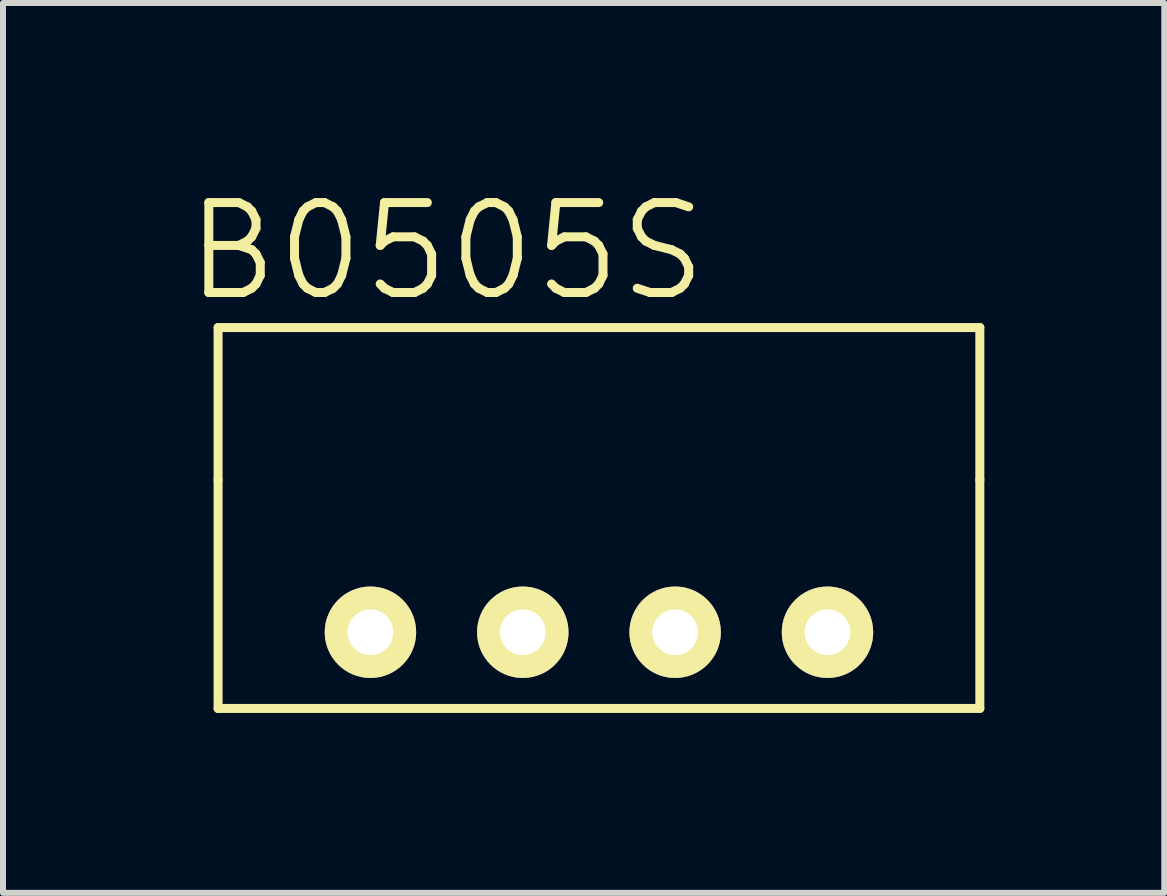
<source format=kicad_pcb>
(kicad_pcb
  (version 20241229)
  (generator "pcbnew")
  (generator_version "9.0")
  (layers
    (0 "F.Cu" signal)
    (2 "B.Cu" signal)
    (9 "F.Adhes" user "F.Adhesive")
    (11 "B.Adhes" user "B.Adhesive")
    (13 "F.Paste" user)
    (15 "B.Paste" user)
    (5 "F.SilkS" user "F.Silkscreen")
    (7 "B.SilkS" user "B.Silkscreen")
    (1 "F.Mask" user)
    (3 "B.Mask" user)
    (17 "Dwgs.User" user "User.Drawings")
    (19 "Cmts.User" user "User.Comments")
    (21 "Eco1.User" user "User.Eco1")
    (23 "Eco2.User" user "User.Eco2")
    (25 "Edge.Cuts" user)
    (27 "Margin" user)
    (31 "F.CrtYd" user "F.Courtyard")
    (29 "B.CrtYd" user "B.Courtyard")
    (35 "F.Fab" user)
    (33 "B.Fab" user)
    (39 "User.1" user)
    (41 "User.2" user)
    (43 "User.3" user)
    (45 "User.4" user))
  (footprint "B0505S"
    (layer "F.Cu")
    (at 6.936 4.951)
    (property "Reference" "B0505S" (at -2.54 -3.81 0) (layer "F.SilkS") (effects (font (size 1.5 1.5) (thickness 0.15))))
    (attr through_hole)
    (fp_line (start -6.35 -2.54) (end 6.35 -2.54) (stroke (width 0.15) (type solid)) (layer "F.SilkS"))
    (fp_line (start -6.35 0) (end -6.35 -2.54) (stroke (width 0.15) (type solid)) (layer "F.SilkS"))
    (fp_line (start -6.35 0) (end -6.35 3.81) (stroke (width 0.15) (type solid)) (layer "F.SilkS"))
    (fp_line (start -6.35 3.81) (end 5.08 3.81) (stroke (width 0.15) (type solid)) (layer "F.SilkS"))
    (fp_line (start 5.08 3.81) (end 6.35 3.81) (stroke (width 0.15) (type solid)) (layer "F.SilkS"))
    (fp_line (start 6.35 -2.54) (end 6.35 0) (stroke (width 0.15) (type solid)) (layer "F.SilkS"))
    (fp_line (start 6.35 3.81) (end 6.35 0) (stroke (width 0.15) (type solid)) (layer "F.SilkS"))
    (pad "1" thru_hole circle (at -1.27 2.54) (size 1.524 1.524) (drill 0.762) (layers "*.Cu" "*.Mask" "F.SilkS"))
    (pad "2" thru_hole circle (at -3.81 2.54) (size 1.524 1.524) (drill 0.762) (layers "*.Cu" "*.Mask" "F.SilkS"))
    (pad "3" thru_hole circle (at 1.27 2.54) (size 1.524 1.524) (drill 0.762) (layers "*.Cu" "*.Mask" "F.SilkS"))
    (pad "4" thru_hole circle (at 3.81 2.54) (size 1.524 1.524) (drill 0.762) (layers "*.Cu" "*.Mask" "F.SilkS")))
  (gr_rect
    (start -3 -3)
    (end 16.361 11.836)
    (stroke (width 0.1) (type default))
    (fill no)
    (layer "Edge.Cuts")))
</source>
